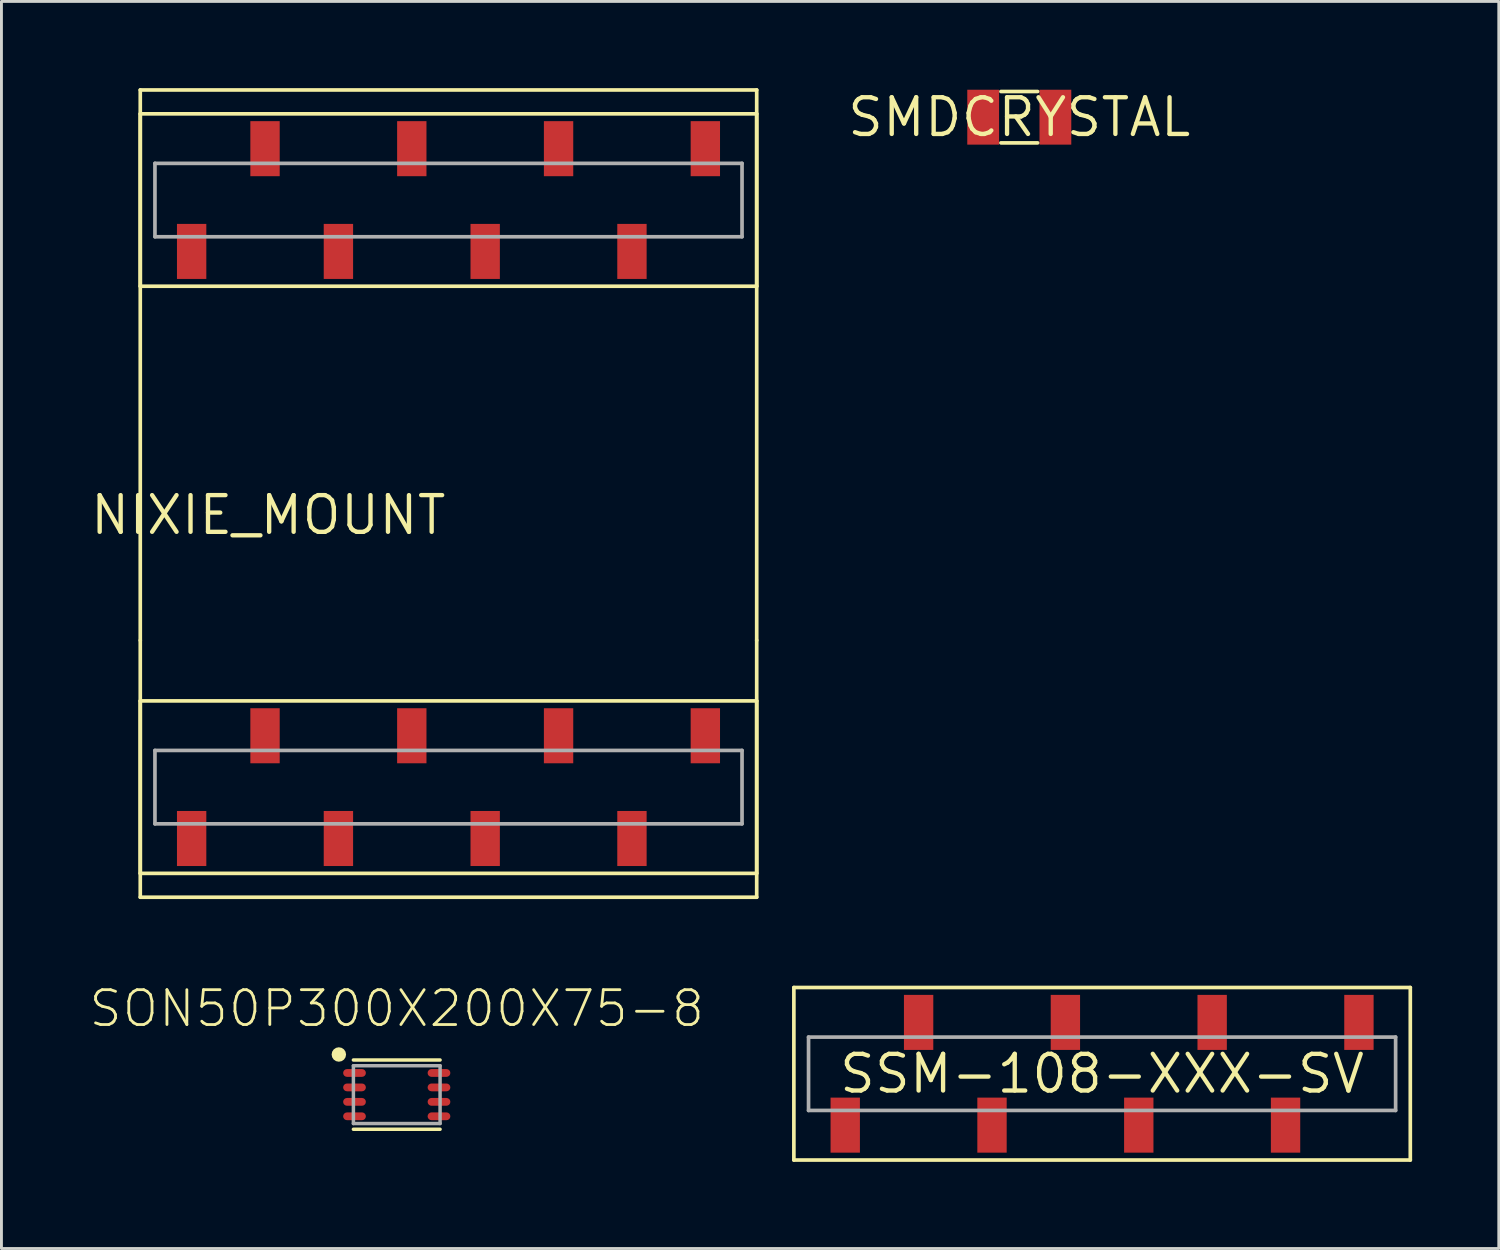
<source format=kicad_pcb>
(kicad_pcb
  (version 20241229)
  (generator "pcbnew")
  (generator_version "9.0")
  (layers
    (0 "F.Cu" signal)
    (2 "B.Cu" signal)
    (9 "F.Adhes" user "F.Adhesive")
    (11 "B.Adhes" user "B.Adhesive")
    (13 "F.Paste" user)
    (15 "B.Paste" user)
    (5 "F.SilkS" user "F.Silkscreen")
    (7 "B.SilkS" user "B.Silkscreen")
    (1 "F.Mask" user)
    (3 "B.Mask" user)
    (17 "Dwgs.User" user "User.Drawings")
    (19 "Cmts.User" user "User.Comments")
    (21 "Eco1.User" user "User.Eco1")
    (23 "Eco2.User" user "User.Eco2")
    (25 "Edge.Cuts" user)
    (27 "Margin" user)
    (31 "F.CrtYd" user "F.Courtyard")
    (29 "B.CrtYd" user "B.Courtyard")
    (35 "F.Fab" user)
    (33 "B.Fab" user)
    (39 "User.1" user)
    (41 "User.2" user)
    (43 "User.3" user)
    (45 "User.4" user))
  (footprint "NIXIE_MOUNT"
    (layer "F.Cu")
    (at 12.473 14.034)
    (property "Reference" "NIXIE_MOUNT" (at 0 0 0) (layer "F.SilkS") (effects (font (size 1.27 1.27) (thickness 0.15)) (justify right top)))
    (attr through_hole)
    (fp_line (start -10.668 -13.97) (end -10.668 5.08) (stroke (width 0.127) (type solid)) (layer "F.SilkS"))
    (fp_line (start -10.668 -13.97) (end 10.668 -13.97) (stroke (width 0.127) (type solid)) (layer "F.SilkS"))
    (fp_line (start -10.668 -13.145) (end 10.668 -13.145) (stroke (width 0.127) (type solid)) (layer "F.SilkS"))
    (fp_line (start -10.668 -7.176) (end -10.668 -13.145) (stroke (width 0.127) (type solid)) (layer "F.SilkS"))
    (fp_line (start -10.668 5.08) (end -10.668 13.97) (stroke (width 0.127) (type solid)) (layer "F.SilkS"))
    (fp_line (start -10.668 7.176) (end 10.668 7.176) (stroke (width 0.127) (type solid)) (layer "F.SilkS"))
    (fp_line (start -10.668 13.145) (end -10.668 7.176) (stroke (width 0.127) (type solid)) (layer "F.SilkS"))
    (fp_line (start -10.668 13.97) (end 10.668 13.97) (stroke (width 0.127) (type solid)) (layer "F.SilkS"))
    (fp_line (start 10.668 -13.97) (end 10.668 5.08) (stroke (width 0.127) (type solid)) (layer "F.SilkS"))
    (fp_line (start 10.668 -13.145) (end 10.668 -7.176) (stroke (width 0.127) (type solid)) (layer "F.SilkS"))
    (fp_line (start 10.668 -7.176) (end -10.668 -7.176) (stroke (width 0.127) (type solid)) (layer "F.SilkS"))
    (fp_line (start 10.668 5.08) (end 10.668 13.97) (stroke (width 0.127) (type solid)) (layer "F.SilkS"))
    (fp_line (start 10.668 7.176) (end 10.668 13.145) (stroke (width 0.127) (type solid)) (layer "F.SilkS"))
    (fp_line (start 10.668 13.145) (end -10.668 13.145) (stroke (width 0.127) (type solid)) (layer "F.SilkS"))
    (fp_line (start -10.16 -11.43) (end 10.16 -11.43) (stroke (width 0.127) (type solid)) (layer "F.Fab"))
    (fp_line (start -10.16 -8.89) (end -10.16 -11.43) (stroke (width 0.127) (type solid)) (layer "F.Fab"))
    (fp_line (start -10.16 8.89) (end 10.16 8.89) (stroke (width 0.127) (type solid)) (layer "F.Fab"))
    (fp_line (start -10.16 11.43) (end -10.16 8.89) (stroke (width 0.127) (type solid)) (layer "F.Fab"))
    (fp_line (start 10.16 -11.43) (end 10.16 -8.89) (stroke (width 0.127) (type solid)) (layer "F.Fab"))
    (fp_line (start 10.16 -8.89) (end -10.16 -8.89) (stroke (width 0.127) (type solid)) (layer "F.Fab"))
    (fp_line (start 10.16 8.89) (end 10.16 11.43) (stroke (width 0.127) (type solid)) (layer "F.Fab"))
    (fp_line (start 10.16 11.43) (end -10.16 11.43) (stroke (width 0.127) (type solid)) (layer "F.Fab"))
    (pad "1" smd rect (at -8.89 -8.382) (size 1.016 1.905) (layers "F.Cu" "F.Mask" "F.Paste"))
    (pad "2" smd rect (at -6.35 -11.938) (size 1.016 1.905) (layers "F.Cu" "F.Mask" "F.Paste"))
    (pad "3" smd rect (at -3.81 -8.382) (size 1.016 1.905) (layers "F.Cu" "F.Mask" "F.Paste"))
    (pad "4" smd rect (at -1.27 -11.938) (size 1.016 1.905) (layers "F.Cu" "F.Mask" "F.Paste"))
    (pad "5" smd rect (at 1.27 -8.382) (size 1.016 1.905) (layers "F.Cu" "F.Mask" "F.Paste"))
    (pad "6" smd rect (at 3.81 -11.938) (size 1.016 1.905) (layers "F.Cu" "F.Mask" "F.Paste"))
    (pad "7" smd rect (at 6.35 -8.382) (size 1.016 1.905) (layers "F.Cu" "F.Mask" "F.Paste"))
    (pad "8" smd rect (at 8.89 -11.938) (size 1.016 1.905) (layers "F.Cu" "F.Mask" "F.Paste"))
    (pad "9" smd rect (at -8.89 11.938) (size 1.016 1.905) (layers "F.Cu" "F.Mask" "F.Paste"))
    (pad "10" smd rect (at -6.35 8.382) (size 1.016 1.905) (layers "F.Cu" "F.Mask" "F.Paste"))
    (pad "11" smd rect (at -3.81 11.938) (size 1.016 1.905) (layers "F.Cu" "F.Mask" "F.Paste"))
    (pad "12" smd rect (at -1.27 8.382) (size 1.016 1.905) (layers "F.Cu" "F.Mask" "F.Paste"))
    (pad "13" smd rect (at 1.27 11.938) (size 1.016 1.905) (layers "F.Cu" "F.Mask" "F.Paste"))
    (pad "14" smd rect (at 3.81 8.382) (size 1.016 1.905) (layers "F.Cu" "F.Mask" "F.Paste"))
    (pad "15" smd rect (at 6.35 11.938) (size 1.016 1.905) (layers "F.Cu" "F.Mask" "F.Paste"))
    (pad "16" smd rect (at 8.89 8.382) (size 1.016 1.905) (layers "F.Cu" "F.Mask" "F.Paste")))
  (footprint "SON50P300X200X75-8"
    (layer "F.Cu")
    (at 10.682 34.837)
    (property "Reference" "SON50P300X200X75-8" (at 0 -2.274 0) (layer "F.SilkS") (effects (font (size 1.206 1.206) (thickness 0.097)) (justify bottom)))
    (attr through_hole)
    (fp_line (start -1.5 -1.199) (end 1.5 -1.199) (stroke (width 0.12) (type solid)) (layer "F.SilkS"))
    (fp_line (start -1.5 1.199) (end 1.5 1.199) (stroke (width 0.12) (type solid)) (layer "F.SilkS"))
    (fp_circle (center -2.004 -1.389) (end -1.879 -1.389) (stroke (width 0.25) (type solid)) (fill no) (layer "F.SilkS"))
    (fp_line (start -1.5 -1) (end 1.5 -1) (stroke (width 0.12) (type solid)) (layer "F.Fab"))
    (fp_line (start -1.5 1) (end -1.5 -1) (stroke (width 0.12) (type solid)) (layer "F.Fab"))
    (fp_line (start 1.5 -1) (end 1.5 1) (stroke (width 0.12) (type solid)) (layer "F.Fab"))
    (fp_line (start 1.5 1) (end -1.5 1) (stroke (width 0.12) (type solid)) (layer "F.Fab"))
    (pad "1" smd roundrect (at -1.462 -0.75) (size 0.787 0.27) (layers "F.Cu" "F.Mask" "F.Paste") (roundrect_rratio 0.5))
    (pad "2" smd roundrect (at -1.462 -0.25) (size 0.787 0.27) (layers "F.Cu" "F.Mask" "F.Paste") (roundrect_rratio 0.5))
    (pad "3" smd roundrect (at -1.462 0.25) (size 0.787 0.27) (layers "F.Cu" "F.Mask" "F.Paste") (roundrect_rratio 0.5))
    (pad "4" smd roundrect (at -1.462 0.75) (size 0.787 0.27) (layers "F.Cu" "F.Mask" "F.Paste") (roundrect_rratio 0.5))
    (pad "5" smd roundrect (at 1.462 0.75) (size 0.787 0.27) (layers "F.Cu" "F.Mask" "F.Paste") (roundrect_rratio 0.5))
    (pad "6" smd roundrect (at 1.462 0.25) (size 0.787 0.27) (layers "F.Cu" "F.Mask" "F.Paste") (roundrect_rratio 0.5))
    (pad "7" smd roundrect (at 1.462 -0.25) (size 0.787 0.27) (layers "F.Cu" "F.Mask" "F.Paste") (roundrect_rratio 0.5))
    (pad "8" smd roundrect (at 1.462 -0.75) (size 0.787 0.27) (layers "F.Cu" "F.Mask" "F.Paste") (roundrect_rratio 0.5)))
  (footprint "SSM-108-XXX-SV"
    (layer "F.Cu")
    (at 35.095 34.115)
    (property "Reference" "SSM-108-XXX-SV" (at 0 0 0) (layer "F.SilkS") (effects (font (size 1.27 1.27) (thickness 0.15))))
    (attr through_hole)
    (fp_line (start -10.668 -2.985) (end 10.668 -2.985) (stroke (width 0.127) (type solid)) (layer "F.SilkS"))
    (fp_line (start -10.668 2.985) (end -10.668 -2.985) (stroke (width 0.127) (type solid)) (layer "F.SilkS"))
    (fp_line (start 10.668 -2.985) (end 10.668 2.985) (stroke (width 0.127) (type solid)) (layer "F.SilkS"))
    (fp_line (start 10.668 2.985) (end -10.668 2.985) (stroke (width 0.127) (type solid)) (layer "F.SilkS"))
    (fp_line (start -10.16 -1.27) (end 10.16 -1.27) (stroke (width 0.127) (type solid)) (layer "F.Fab"))
    (fp_line (start -10.16 1.27) (end -10.16 -1.27) (stroke (width 0.127) (type solid)) (layer "F.Fab"))
    (fp_line (start 10.16 -1.27) (end 10.16 1.27) (stroke (width 0.127) (type solid)) (layer "F.Fab"))
    (fp_line (start 10.16 1.27) (end -10.16 1.27) (stroke (width 0.127) (type solid)) (layer "F.Fab"))
    (pad "1" smd rect (at -8.89 1.778) (size 1.016 1.905) (layers "F.Cu" "F.Mask" "F.Paste"))
    (pad "2" smd rect (at -6.35 -1.778) (size 1.016 1.905) (layers "F.Cu" "F.Mask" "F.Paste"))
    (pad "3" smd rect (at -3.81 1.778) (size 1.016 1.905) (layers "F.Cu" "F.Mask" "F.Paste"))
    (pad "4" smd rect (at -1.27 -1.778) (size 1.016 1.905) (layers "F.Cu" "F.Mask" "F.Paste"))
    (pad "5" smd rect (at 1.27 1.778) (size 1.016 1.905) (layers "F.Cu" "F.Mask" "F.Paste"))
    (pad "6" smd rect (at 3.81 -1.778) (size 1.016 1.905) (layers "F.Cu" "F.Mask" "F.Paste"))
    (pad "7" smd rect (at 6.35 1.778) (size 1.016 1.905) (layers "F.Cu" "F.Mask" "F.Paste"))
    (pad "8" smd rect (at 8.89 -1.778) (size 1.016 1.905) (layers "F.Cu" "F.Mask" "F.Paste")))
  (footprint "SMDCRYSTAL"
    (layer "F.Cu")
    (at 32.229 1.006)
    (property "Reference" "SMDCRYSTAL" (at 0 0 0) (layer "F.SilkS") (effects (font (size 1.27 1.27) (thickness 0.15))))
    (attr through_hole)
    (fp_line (start -0.635 -0.889) (end 0.635 -0.889) (stroke (width 0.127) (type solid)) (layer "F.SilkS"))
    (fp_line (start -0.635 0.889) (end 0.635 0.889) (stroke (width 0.127) (type solid)) (layer "F.SilkS"))
    (pad "P$1" smd rect (at -1.25 0 180) (size 1.1 1.9) (layers "F.Cu" "F.Mask" "F.Paste"))
    (pad "P$2" smd rect (at 1.25 0 180) (size 1.1 1.9) (layers "F.Cu" "F.Mask" "F.Paste")))
  (gr_rect
    (start -3 -3)
    (end 48.826 40.163)
    (stroke (width 0.1) (type default))
    (fill no)
    (layer "Edge.Cuts")))
</source>
